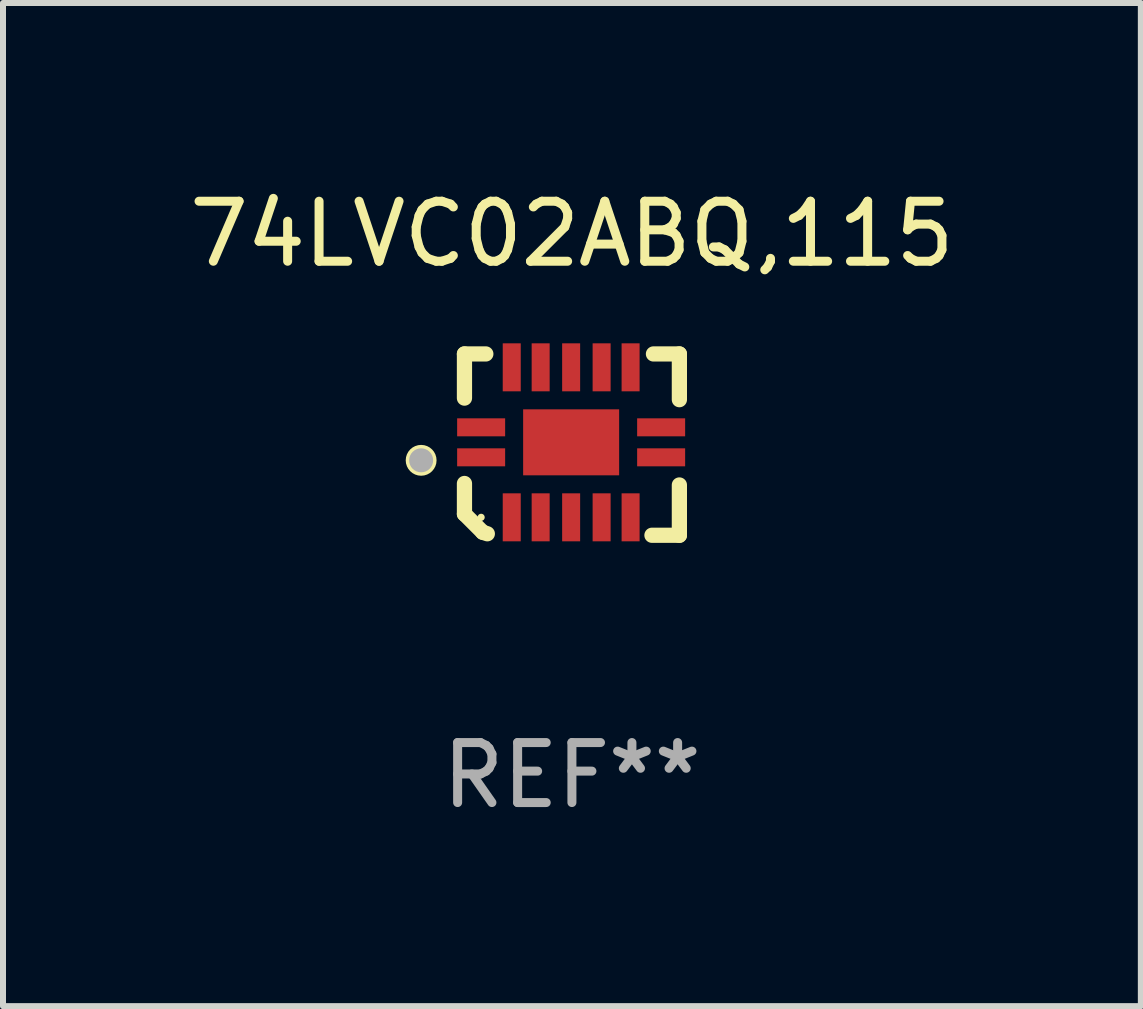
<source format=kicad_pcb>
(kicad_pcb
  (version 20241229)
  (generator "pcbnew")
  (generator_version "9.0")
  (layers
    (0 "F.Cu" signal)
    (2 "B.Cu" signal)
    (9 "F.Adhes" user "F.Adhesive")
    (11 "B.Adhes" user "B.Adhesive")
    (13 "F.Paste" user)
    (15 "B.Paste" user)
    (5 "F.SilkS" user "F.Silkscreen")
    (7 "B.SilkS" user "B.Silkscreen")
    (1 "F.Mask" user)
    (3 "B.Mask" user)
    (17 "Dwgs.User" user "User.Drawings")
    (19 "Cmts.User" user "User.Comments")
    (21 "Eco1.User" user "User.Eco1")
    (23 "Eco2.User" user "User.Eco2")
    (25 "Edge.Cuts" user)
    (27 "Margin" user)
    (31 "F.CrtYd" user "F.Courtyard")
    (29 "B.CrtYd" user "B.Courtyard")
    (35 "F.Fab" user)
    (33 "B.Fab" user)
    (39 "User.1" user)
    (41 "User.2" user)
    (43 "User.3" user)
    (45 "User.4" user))
  (footprint "74LVC02ABQ,115"
    (layer "F.Cu")
    (at 6.482 4.36)
    (property "Reference" "74LVC02ABQ,115" (at 0 -3.511 0) (layer "F.SilkS") (effects (font (size 1 1) (thickness 0.15))))
    (attr through_hole)
    (fp_line (start -1.791 -1.511) (end -1.435 -1.511) (stroke (width 0.254) (type solid)) (layer "F.SilkS"))
    (fp_line (start -1.791 -0.775) (end -1.791 -1.511) (stroke (width 0.254) (type solid)) (layer "F.SilkS"))
    (fp_line (start -1.791 1.156) (end -1.791 0.648) (stroke (width 0.254) (type solid)) (layer "F.SilkS"))
    (fp_line (start -1.486 1.461) (end -1.791 1.156) (stroke (width 0.254) (type solid)) (layer "F.SilkS"))
    (fp_line (start -1.41 1.486) (end -1.486 1.461) (stroke (width 0.254) (type solid)) (layer "F.SilkS"))
    (fp_line (start 1.334 1.511) (end 1.791 1.511) (stroke (width 0.254) (type solid)) (layer "F.SilkS"))
    (fp_line (start 1.791 -1.511) (end 1.359 -1.511) (stroke (width 0.254) (type solid)) (layer "F.SilkS"))
    (fp_line (start 1.791 -0.749) (end 1.791 -1.511) (stroke (width 0.254) (type solid)) (layer "F.SilkS"))
    (fp_line (start 1.791 1.511) (end 1.791 0.673) (stroke (width 0.254) (type solid)) (layer "F.SilkS"))
    (fp_circle (center -2.513 0.262) (end -2.383 0.262) (stroke (width 0.254) (type solid)) (fill no) (layer "F.SilkS"))
    (fp_circle (center -1.513 1.212) (end -1.483 1.212) (stroke (width 0.06) (type solid)) (fill no) (layer "F.SilkS"))
    (fp_circle (center -2.513 0.262) (end -2.413 0.262) (stroke (width 0.2) (type solid)) (fill no) (layer "F.Fab"))
    (fp_text user "REF**" (at 0 5.511 0) (layer "F.Fab") (effects (font (size 1 1) (thickness 0.15))))
    (pad "1" smd rect (at -1.513 0.212) (size 0.8 0.3) (layers "F.Cu" "F.Mask" "F.Paste"))
    (pad "2" smd rect (at -1.003 1.212) (size 0.3 0.8) (layers "F.Cu" "F.Mask" "F.Paste"))
    (pad "3" smd rect (at -0.521 1.212) (size 0.3 0.8) (layers "F.Cu" "F.Mask" "F.Paste"))
    (pad "4" smd rect (at -0.013 1.212) (size 0.3 0.8) (layers "F.Cu" "F.Mask" "F.Paste"))
    (pad "5" smd rect (at 0.495 1.212) (size 0.3 0.8) (layers "F.Cu" "F.Mask" "F.Paste"))
    (pad "6" smd rect (at 0.978 1.212) (size 0.3 0.8) (layers "F.Cu" "F.Mask" "F.Paste"))
    (pad "7" smd rect (at 1.487 0.212) (size 0.8 0.3) (layers "F.Cu" "F.Mask" "F.Paste"))
    (pad "8" smd rect (at 1.487 -0.288) (size 0.8 0.3) (layers "F.Cu" "F.Mask" "F.Paste"))
    (pad "9" smd rect (at 0.978 -1.288) (size 0.3 0.8) (layers "F.Cu" "F.Mask" "F.Paste"))
    (pad "10" smd rect (at 0.495 -1.288) (size 0.3 0.8) (layers "F.Cu" "F.Mask" "F.Paste"))
    (pad "11" smd rect (at -0.013 -1.288) (size 0.3 0.8) (layers "F.Cu" "F.Mask" "F.Paste"))
    (pad "12" smd rect (at -0.521 -1.288) (size 0.3 0.8) (layers "F.Cu" "F.Mask" "F.Paste"))
    (pad "13" smd rect (at -1.003 -1.288) (size 0.3 0.8) (layers "F.Cu" "F.Mask" "F.Paste"))
    (pad "14" smd rect (at -1.513 -0.288) (size 0.8 0.3) (layers "F.Cu" "F.Mask" "F.Paste"))
    (pad "15" smd rect (at -0.013 -0.038 90) (size 1.1 1.6) (layers "F.Cu" "F.Mask" "F.Paste")))
  (gr_rect
    (start -3 -3)
    (end 15.964 13.719)
    (stroke (width 0.1) (type default))
    (fill no)
    (layer "Edge.Cuts")))
</source>
